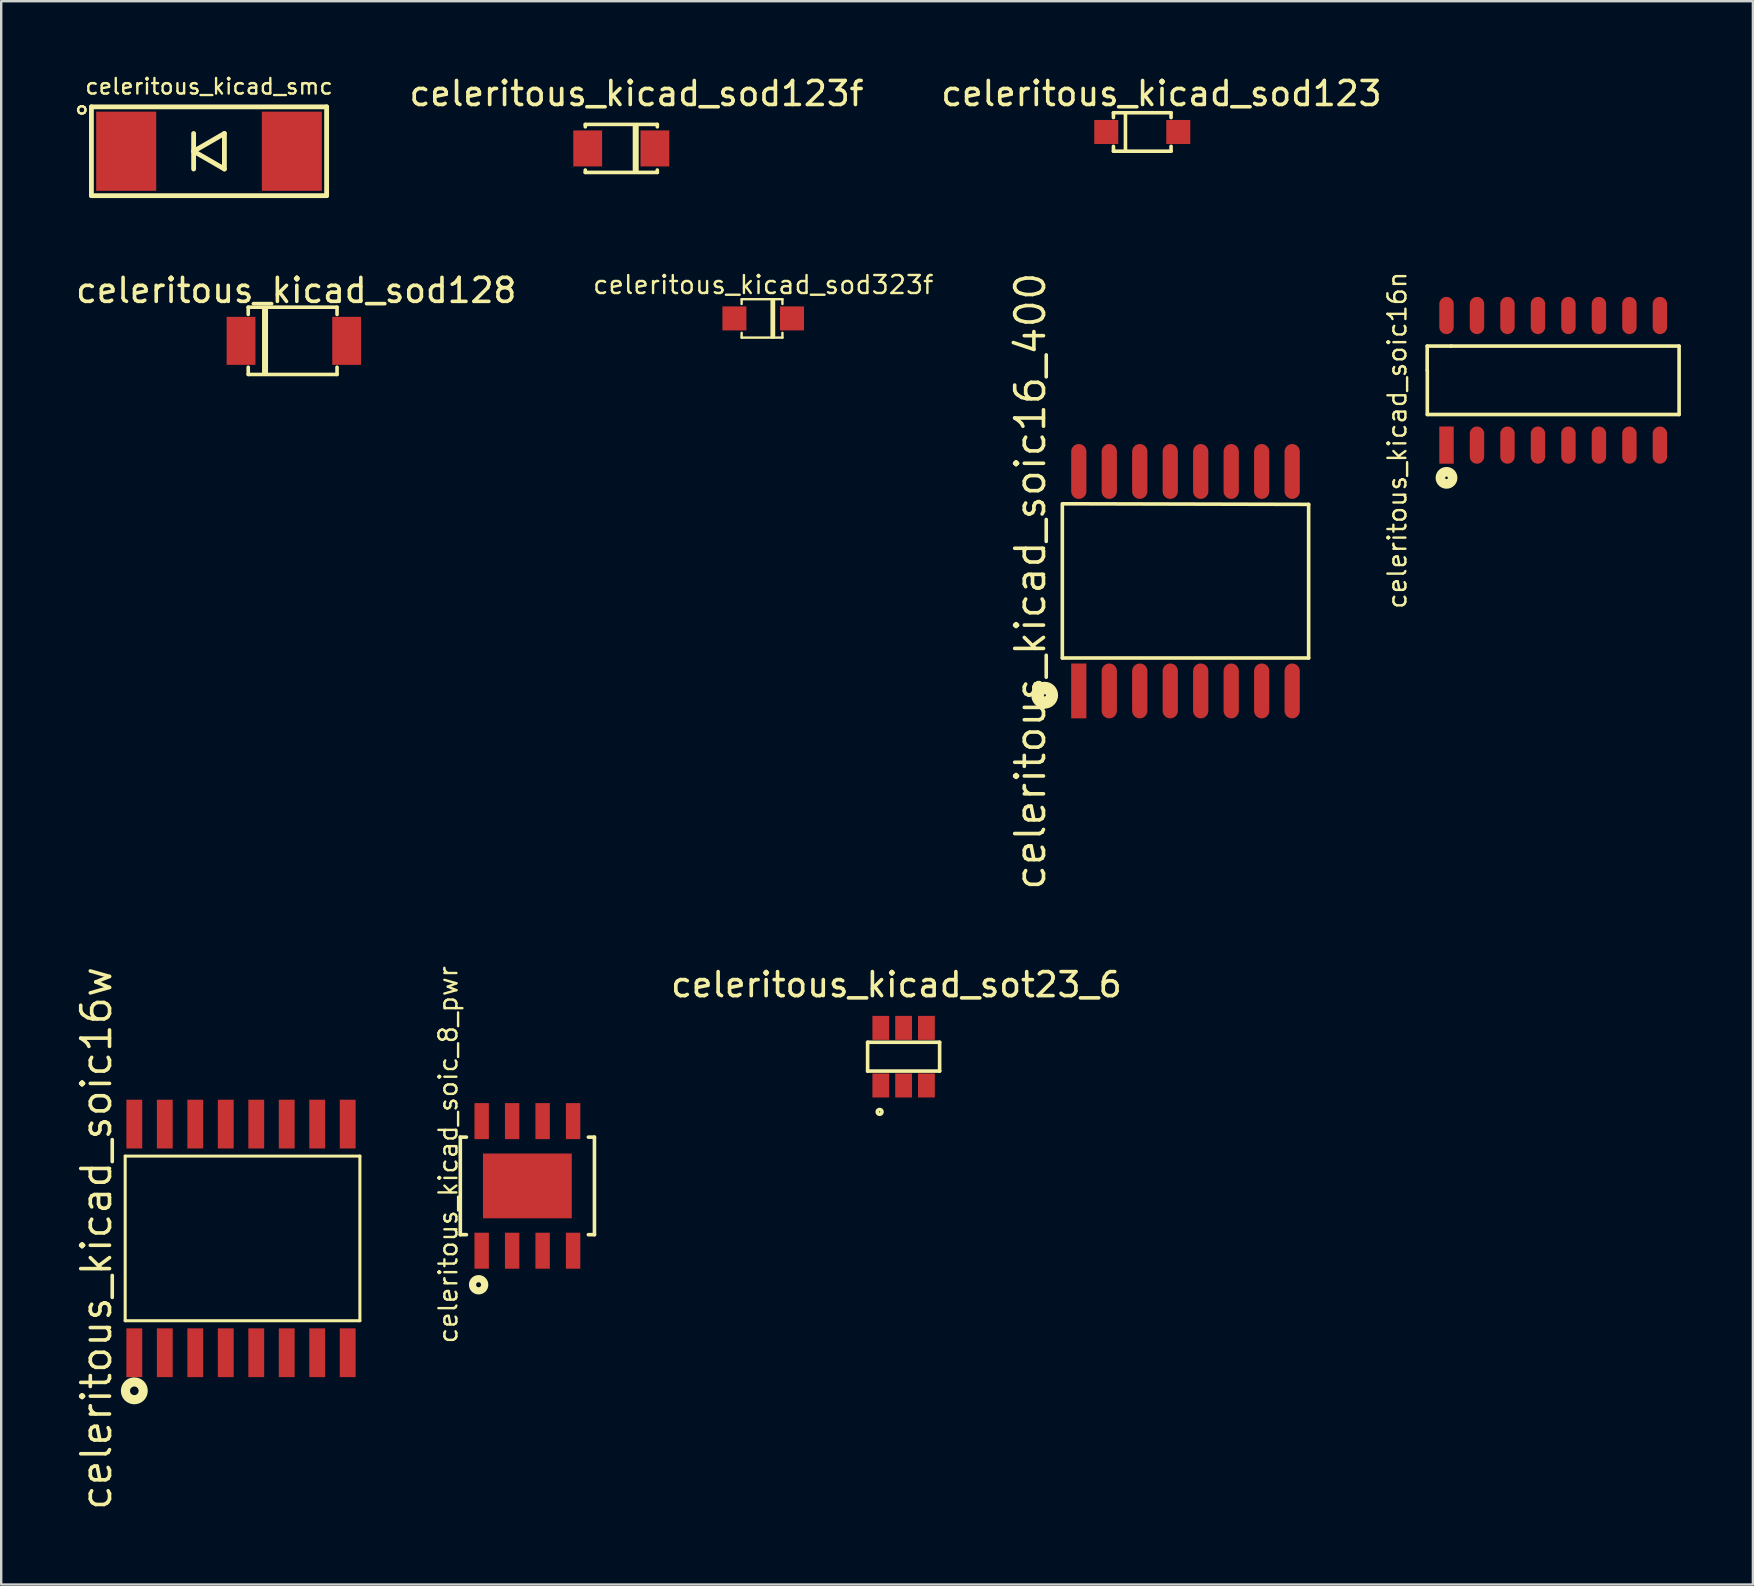
<source format=kicad_pcb>
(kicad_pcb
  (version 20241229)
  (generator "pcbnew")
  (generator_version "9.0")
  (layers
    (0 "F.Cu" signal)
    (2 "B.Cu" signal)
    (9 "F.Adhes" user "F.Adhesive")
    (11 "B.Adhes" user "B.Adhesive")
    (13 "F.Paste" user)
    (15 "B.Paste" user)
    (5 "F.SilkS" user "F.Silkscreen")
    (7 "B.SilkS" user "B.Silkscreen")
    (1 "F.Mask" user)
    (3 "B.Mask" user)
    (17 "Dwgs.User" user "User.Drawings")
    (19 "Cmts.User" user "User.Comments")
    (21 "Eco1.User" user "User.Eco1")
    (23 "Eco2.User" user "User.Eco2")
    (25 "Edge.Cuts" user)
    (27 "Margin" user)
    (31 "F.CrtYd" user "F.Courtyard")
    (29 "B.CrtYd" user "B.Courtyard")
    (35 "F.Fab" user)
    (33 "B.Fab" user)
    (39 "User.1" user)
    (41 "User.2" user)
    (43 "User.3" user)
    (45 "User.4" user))
  (footprint "celeritous_kicad_sot23_6"
    (layer "F.Cu")
    (at 34.597 39.774)
    (property "Reference" "celeritous_kicad_sot23_6" (at -0.3 -1.8 0) (layer "F.SilkS") (effects (font (size 1 1) (thickness 0.15))))
    (attr through_hole)
    (fp_line (start -1.5 0.6) (end 1.5 0.6) (stroke (width 0.15) (type solid)) (layer "F.SilkS"))
    (fp_line (start -1.5 1.8) (end -1.5 0.6) (stroke (width 0.15) (type solid)) (layer "F.SilkS"))
    (fp_line (start 1.5 0.6) (end 1.5 1.8) (stroke (width 0.15) (type solid)) (layer "F.SilkS"))
    (fp_line (start 1.5 1.8) (end -1.5 1.8) (stroke (width 0.15) (type solid)) (layer "F.SilkS"))
    (fp_circle (center -1 3.5) (end -0.9 3.5) (stroke (width 0.15) (type solid)) (fill no) (layer "F.SilkS"))
    (pad "1" smd rect (at -0.95 2.4) (size 0.7 1) (layers "F.Cu" "F.Mask" "F.Paste"))
    (pad "2" smd rect (at 0 2.4) (size 0.7 1) (layers "F.Cu" "F.Mask" "F.Paste"))
    (pad "3" smd rect (at 0.95 2.4) (size 0.7 1) (layers "F.Cu" "F.Mask" "F.Paste"))
    (pad "4" smd rect (at 0.95 0) (size 0.7 1) (layers "F.Cu" "F.Mask" "F.Paste"))
    (pad "5" smd rect (at 0 0) (size 0.7 1) (layers "F.Cu" "F.Mask" "F.Paste"))
    (pad "6" smd rect (at -0.95 0) (size 0.7 1) (layers "F.Cu" "F.Mask" "F.Paste")))
  (footprint "celeritous_kicad_sod128"
    (layer "F.Cu")
    (at 9.192 11.15)
    (property "Reference" "celeritous_kicad_sod128" (at 0.1 -2.1 0) (layer "F.SilkS") (effects (font (size 1 1) (thickness 0.15))))
    (attr through_hole)
    (fp_line (start -1.9 -1.4) (end 1.8 -1.4) (stroke (width 0.15) (type solid)) (layer "F.SilkS"))
    (fp_line (start -1.9 -1.1) (end -1.9 -1.4) (stroke (width 0.15) (type solid)) (layer "F.SilkS"))
    (fp_line (start -1.9 1.1) (end -1.9 1.4) (stroke (width 0.15) (type solid)) (layer "F.SilkS"))
    (fp_line (start -1.9 1.4) (end 1.8 1.4) (stroke (width 0.15) (type solid)) (layer "F.SilkS"))
    (fp_line (start -1.2 -1.3) (end -1.2 1.3) (stroke (width 0.25) (type solid)) (layer "F.SilkS"))
    (fp_line (start 1.8 -1.4) (end 1.8 -1.1) (stroke (width 0.15) (type solid)) (layer "F.SilkS"))
    (fp_line (start 1.8 1.4) (end 1.8 1.1) (stroke (width 0.15) (type solid)) (layer "F.SilkS"))
    (pad "A" smd rect (at 2.2 0) (size 1.2 2) (layers "F.Cu" "F.Mask" "F.Paste"))
    (pad "K" smd rect (at -2.2 0) (size 1.2 2) (layers "F.Cu" "F.Mask" "F.Paste")))
  (footprint "celeritous_kicad_soic16n"
    (layer "F.Cu")
    (at 61.66 12.794)
    (property "Reference" "celeritous_kicad_soic16n" (at -6.5 2.5 270) (layer "F.SilkS") (effects (font (size 0.75 0.75) (thickness 0.1))))
    (attr through_hole)
    (fp_line (start -5.25 -1.425) (end -5.25 -0.425) (stroke (width 0.15) (type solid)) (layer "F.SilkS"))
    (fp_line (start -5.245 -0.425) (end -5.245 1.425) (stroke (width 0.15) (type solid)) (layer "F.SilkS"))
    (fp_line (start -5.245 1.425) (end 5.245 1.425) (stroke (width 0.15) (type solid)) (layer "F.SilkS"))
    (fp_line (start -4.25 -1.425) (end -5.25 -1.425) (stroke (width 0.15) (type solid)) (layer "F.SilkS"))
    (fp_line (start 5.245 -1.425) (end -4.245 -1.425) (stroke (width 0.15) (type solid)) (layer "F.SilkS"))
    (fp_line (start 5.245 1.425) (end 5.245 -1.425) (stroke (width 0.15) (type solid)) (layer "F.SilkS"))
    (fp_circle (center -4.445 4.064) (end -4.191 4.064) (stroke (width 0.4) (type solid)) (fill no) (layer "F.SilkS"))
    (pad "1" smd rect (at -4.445 2.7) (size 0.6 1.55) (layers "F.Cu" "F.Mask" "F.Paste"))
    (pad "2" smd oval (at -3.175 2.7) (size 0.6 1.55) (layers "F.Cu" "F.Mask" "F.Paste"))
    (pad "3" smd oval (at -1.905 2.7) (size 0.6 1.55) (layers "F.Cu" "F.Mask" "F.Paste"))
    (pad "4" smd oval (at -0.635 2.7) (size 0.6 1.55) (layers "F.Cu" "F.Mask" "F.Paste"))
    (pad "5" smd oval (at 0.635 2.7) (size 0.6 1.55) (layers "F.Cu" "F.Mask" "F.Paste"))
    (pad "6" smd oval (at 1.905 2.7) (size 0.6 1.55) (layers "F.Cu" "F.Mask" "F.Paste"))
    (pad "7" smd oval (at 3.175 2.7) (size 0.6 1.55) (layers "F.Cu" "F.Mask" "F.Paste"))
    (pad "8" smd oval (at 4.445 2.7) (size 0.6 1.55) (layers "F.Cu" "F.Mask" "F.Paste"))
    (pad "9" smd oval (at 4.445 -2.7) (size 0.6 1.55) (layers "F.Cu" "F.Mask" "F.Paste"))
    (pad "10" smd oval (at 3.175 -2.7) (size 0.6 1.55) (layers "F.Cu" "F.Mask" "F.Paste"))
    (pad "11" smd oval (at 1.905 -2.7) (size 0.6 1.55) (layers "F.Cu" "F.Mask" "F.Paste"))
    (pad "12" smd oval (at 0.635 -2.7) (size 0.6 1.55) (layers "F.Cu" "F.Mask" "F.Paste"))
    (pad "13" smd oval (at -0.635 -2.7) (size 0.6 1.55) (layers "F.Cu" "F.Mask" "F.Paste"))
    (pad "14" smd oval (at -1.905 -2.7) (size 0.6 1.55) (layers "F.Cu" "F.Mask" "F.Paste"))
    (pad "15" smd oval (at -3.175 -2.7) (size 0.6 1.55) (layers "F.Cu" "F.Mask" "F.Paste"))
    (pad "16" smd oval (at -4.445 -2.7) (size 0.6 1.55) (layers "F.Cu" "F.Mask" "F.Paste")))
  (footprint "celeritous_kicad_sod123f"
    (layer "F.Cu")
    (at 22.835 3.134)
    (property "Reference" "celeritous_kicad_sod123f" (at 0.635 -2.286 0) (layer "F.SilkS") (effects (font (size 1 1) (thickness 0.15))))
    (attr through_hole)
    (fp_line (start -1.5 -1) (end 1.5 -1) (stroke (width 0.15) (type solid)) (layer "F.SilkS"))
    (fp_line (start -1.5 -0.9) (end -1.5 -1) (stroke (width 0.15) (type solid)) (layer "F.SilkS"))
    (fp_line (start -1.5 0.9) (end -1.5 1) (stroke (width 0.15) (type solid)) (layer "F.SilkS"))
    (fp_line (start -1.5 1) (end 1.5 1) (stroke (width 0.15) (type solid)) (layer "F.SilkS"))
    (fp_line (start 0.6 -0.9) (end 0.6 0.9) (stroke (width 0.25) (type solid)) (layer "F.SilkS"))
    (fp_line (start 1.5 -1) (end 1.5 -0.9) (stroke (width 0.15) (type solid)) (layer "F.SilkS"))
    (fp_line (start 1.5 1) (end 1.5 0.9) (stroke (width 0.15) (type solid)) (layer "F.SilkS"))
    (pad "A" smd rect (at -1.4 0) (size 1.2 1.5) (layers "F.Cu" "F.Mask" "F.Paste"))
    (pad "K" smd rect (at 1.4 0) (size 1.2 1.5) (layers "F.Cu" "F.Mask" "F.Paste")))
  (footprint "celeritous_kicad_soic16w"
    (layer "F.Cu")
    (at 6.991 48.545)
    (property "Reference" "celeritous_kicad_soic16w" (at -6.026 0 90) (layer "F.SilkS") (effects (font (size 1.2 1.2) (thickness 0.15))))
    (attr through_hole)
    (fp_line (start -4.826 -3.429) (end 4.953 -3.429) (stroke (width 0.127) (type solid)) (layer "F.SilkS"))
    (fp_line (start -4.826 3.429) (end -4.826 -3.429) (stroke (width 0.127) (type solid)) (layer "F.SilkS"))
    (fp_line (start 4.953 -3.429) (end 4.953 3.429) (stroke (width 0.127) (type solid)) (layer "F.SilkS"))
    (fp_line (start 4.953 3.429) (end -4.826 3.429) (stroke (width 0.127) (type solid)) (layer "F.SilkS"))
    (fp_circle (center -4.445 6.35) (end -4.318 6.477) (stroke (width 0.381) (type solid)) (fill no) (layer "F.SilkS"))
    (pad "1" smd rect (at -4.445 4.763) (size 0.66 2.032) (layers "F.Cu" "F.Mask" "F.Paste"))
    (pad "2" smd rect (at -3.175 4.763) (size 0.66 2.032) (layers "F.Cu" "F.Mask" "F.Paste"))
    (pad "3" smd rect (at -1.905 4.763) (size 0.66 2.032) (layers "F.Cu" "F.Mask" "F.Paste"))
    (pad "4" smd rect (at -0.635 4.763) (size 0.66 2.032) (layers "F.Cu" "F.Mask" "F.Paste"))
    (pad "5" smd rect (at 0.635 4.763) (size 0.66 2.032) (layers "F.Cu" "F.Mask" "F.Paste"))
    (pad "6" smd rect (at 1.905 4.763) (size 0.66 2.032) (layers "F.Cu" "F.Mask" "F.Paste"))
    (pad "7" smd rect (at 3.175 4.763) (size 0.66 2.032) (layers "F.Cu" "F.Mask" "F.Paste"))
    (pad "8" smd rect (at 4.445 4.763) (size 0.66 2.032) (layers "F.Cu" "F.Mask" "F.Paste"))
    (pad "9" smd rect (at 4.445 -4.763) (size 0.66 2.032) (layers "F.Cu" "F.Mask" "F.Paste"))
    (pad "10" smd rect (at 3.175 -4.763) (size 0.66 2.032) (layers "F.Cu" "F.Mask" "F.Paste"))
    (pad "11" smd rect (at 1.905 -4.763) (size 0.66 2.032) (layers "F.Cu" "F.Mask" "F.Paste"))
    (pad "12" smd rect (at 0.635 -4.763) (size 0.66 2.032) (layers "F.Cu" "F.Mask" "F.Paste"))
    (pad "13" smd rect (at -0.635 -4.763) (size 0.66 2.032) (layers "F.Cu" "F.Mask" "F.Paste"))
    (pad "14" smd rect (at -1.905 -4.763) (size 0.66 2.032) (layers "F.Cu" "F.Mask" "F.Paste"))
    (pad "15" smd rect (at -3.175 -4.763) (size 0.66 2.032) (layers "F.Cu" "F.Mask" "F.Paste"))
    (pad "16" smd rect (at -4.445 -4.763) (size 0.66 2.032) (layers "F.Cu" "F.Mask" "F.Paste")))
  (footprint "celeritous_kicad_soic16_400"
    (layer "F.Cu")
    (at 46.34 21.164)
    (property "Reference" "celeritous_kicad_soic16_400" (at -6.463 0 90) (layer "F.SilkS") (effects (font (size 1.2 1.2) (thickness 0.15))))
    (attr through_hole)
    (fp_line (start -5.131 3.2) (end -5.131 -3.226) (stroke (width 0.15) (type solid)) (layer "F.SilkS"))
    (fp_line (start -5.105 -3.226) (end 5.131 -3.2) (stroke (width 0.15) (type solid)) (layer "F.SilkS"))
    (fp_line (start 5.131 -3.2) (end 5.131 3.2) (stroke (width 0.15) (type solid)) (layer "F.SilkS"))
    (fp_line (start 5.131 3.2) (end -5.131 3.2) (stroke (width 0.15) (type solid)) (layer "F.SilkS"))
    (fp_circle (center -5.867 4.75) (end -5.563 4.775) (stroke (width 0.508) (type solid)) (fill no) (layer "F.SilkS"))
    (pad "1" smd rect (at -4.445 4.572) (size 0.635 2.286) (layers "F.Cu" "F.Mask" "F.Paste"))
    (pad "2" smd oval (at -3.175 4.572) (size 0.635 2.286) (layers "F.Cu" "F.Mask" "F.Paste"))
    (pad "3" smd oval (at -1.905 4.572) (size 0.635 2.286) (layers "F.Cu" "F.Mask" "F.Paste"))
    (pad "4" smd oval (at -0.635 4.572) (size 0.635 2.286) (layers "F.Cu" "F.Mask" "F.Paste"))
    (pad "5" smd oval (at 0.635 4.572) (size 0.635 2.286) (layers "F.Cu" "F.Mask" "F.Paste"))
    (pad "6" smd oval (at 1.905 4.572) (size 0.635 2.286) (layers "F.Cu" "F.Mask" "F.Paste"))
    (pad "7" smd oval (at 3.175 4.572) (size 0.635 2.286) (layers "F.Cu" "F.Mask" "F.Paste"))
    (pad "8" smd oval (at 4.445 4.572) (size 0.635 2.286) (layers "F.Cu" "F.Mask" "F.Paste"))
    (pad "9" smd oval (at 4.445 -4.572) (size 0.635 2.286) (layers "F.Cu" "F.Mask" "F.Paste"))
    (pad "10" smd oval (at 3.175 -4.572) (size 0.635 2.286) (layers "F.Cu" "F.Mask" "F.Paste"))
    (pad "11" smd oval (at 1.905 -4.572) (size 0.635 2.286) (layers "F.Cu" "F.Mask" "F.Paste"))
    (pad "12" smd oval (at 0.635 -4.572) (size 0.635 2.286) (layers "F.Cu" "F.Mask" "F.Paste"))
    (pad "13" smd oval (at -0.635 -4.572) (size 0.635 2.286) (layers "F.Cu" "F.Mask" "F.Paste"))
    (pad "14" smd oval (at -1.905 -4.572) (size 0.635 2.286) (layers "F.Cu" "F.Mask" "F.Paste"))
    (pad "15" smd oval (at -3.175 -4.572) (size 0.635 2.286) (layers "F.Cu" "F.Mask" "F.Paste"))
    (pad "16" smd oval (at -4.445 -4.572) (size 0.635 2.286) (layers "F.Cu" "F.Mask" "F.Paste")))
  (footprint "celeritous_kicad_sod323f"
    (layer "F.Cu")
    (at 28.748 10.216)
    (property "Reference" "celeritous_kicad_sod323f" (at 0 -1.4 0) (layer "F.SilkS") (effects (font (size 0.75 0.75) (thickness 0.1))))
    (attr through_hole)
    (fp_line (start -0.9 -0.8) (end 0.8 -0.8) (stroke (width 0.1) (type solid)) (layer "F.SilkS"))
    (fp_line (start -0.9 -0.6) (end -0.9 -0.8) (stroke (width 0.1) (type solid)) (layer "F.SilkS"))
    (fp_line (start -0.9 0.6) (end -0.9 0.8) (stroke (width 0.1) (type solid)) (layer "F.SilkS"))
    (fp_line (start -0.9 0.8) (end 0.8 0.8) (stroke (width 0.1) (type solid)) (layer "F.SilkS"))
    (fp_line (start 0.4 -0.75) (end 0.4 0.75) (stroke (width 0.2) (type solid)) (layer "F.SilkS"))
    (fp_line (start 0.8 -0.8) (end 0.8 -0.6) (stroke (width 0.1) (type solid)) (layer "F.SilkS"))
    (fp_line (start 0.8 0.8) (end 0.8 0.6) (stroke (width 0.1) (type solid)) (layer "F.SilkS"))
    (pad "A" smd rect (at -1.2 0) (size 1 1) (layers "F.Cu" "F.Mask" "F.Paste"))
    (pad "K" smd rect (at 1.2 0) (size 1 1) (layers "F.Cu" "F.Mask" "F.Paste")))
  (footprint "celeritous_kicad_sod123"
    (layer "F.Cu")
    (at 44.539 2.448)
    (property "Reference" "celeritous_kicad_sod123" (at 0.8 -1.6 0) (layer "F.SilkS") (effects (font (size 1 1) (thickness 0.15))))
    (attr through_hole)
    (fp_line (start -1.2 -0.8) (end 1.2 -0.8) (stroke (width 0.15) (type solid)) (layer "F.SilkS"))
    (fp_line (start -1.2 -0.6) (end -1.2 -0.8) (stroke (width 0.15) (type solid)) (layer "F.SilkS"))
    (fp_line (start -1.2 0.6) (end -1.2 0.8) (stroke (width 0.15) (type solid)) (layer "F.SilkS"))
    (fp_line (start -1.2 0.8) (end 1.2 0.8) (stroke (width 0.15) (type solid)) (layer "F.SilkS"))
    (fp_line (start -0.7 -0.8) (end -0.7 0.8) (stroke (width 0.15) (type solid)) (layer "F.SilkS"))
    (fp_line (start 1.2 -0.8) (end 1.2 -0.6) (stroke (width 0.15) (type solid)) (layer "F.SilkS"))
    (fp_line (start 1.2 0.8) (end 1.2 0.6) (stroke (width 0.15) (type solid)) (layer "F.SilkS"))
    (pad "A" smd rect (at 1.5 0) (size 1 1) (layers "F.Cu" "F.Mask" "F.Paste"))
    (pad "K" smd rect (at -1.5 0) (size 1 1) (layers "F.Cu" "F.Mask" "F.Paste")))
  (footprint "celeritous_kicad_soic_8_pwr"
    (layer "F.Cu")
    (at 18.922 46.358)
    (property "Reference" "celeritous_kicad_soic_8_pwr" (at -3.3 -1.3 90) (layer "F.SilkS") (effects (font (size 0.75 0.75) (thickness 0.1))))
    (attr through_hole)
    (fp_line (start -2.794 -2.032) (end -2.794 2.032) (stroke (width 0.15) (type solid)) (layer "F.SilkS"))
    (fp_line (start -2.794 2.032) (end -2.54 2.032) (stroke (width 0.15) (type solid)) (layer "F.SilkS"))
    (fp_line (start -2.54 -2.032) (end -2.794 -2.032) (stroke (width 0.15) (type solid)) (layer "F.SilkS"))
    (fp_line (start 2.54 -2.032) (end 2.794 -2.032) (stroke (width 0.15) (type solid)) (layer "F.SilkS"))
    (fp_line (start 2.794 -2.032) (end 2.794 2.032) (stroke (width 0.15) (type solid)) (layer "F.SilkS"))
    (fp_line (start 2.794 2.032) (end 2.54 2.032) (stroke (width 0.15) (type solid)) (layer "F.SilkS"))
    (fp_circle (center -2.032 4.118) (end -1.778 4.118) (stroke (width 0.3) (type solid)) (fill no) (layer "F.SilkS"))
    (pad "1" smd rect (at -1.905 2.7) (size 0.6 1.5) (layers "F.Cu" "F.Mask" "F.Paste"))
    (pad "2" smd rect (at -0.635 2.7) (size 0.6 1.5) (layers "F.Cu" "F.Mask" "F.Paste"))
    (pad "3" smd rect (at 0.635 2.7) (size 0.6 1.5) (layers "F.Cu" "F.Mask" "F.Paste"))
    (pad "4" smd rect (at 1.905 2.7) (size 0.6 1.5) (layers "F.Cu" "F.Mask" "F.Paste"))
    (pad "5" smd rect (at 1.905 -2.7) (size 0.6 1.5) (layers "F.Cu" "F.Mask" "F.Paste"))
    (pad "6" smd rect (at 0.635 -2.7) (size 0.6 1.5) (layers "F.Cu" "F.Mask" "F.Paste"))
    (pad "7" smd rect (at -0.635 -2.7) (size 0.6 1.5) (layers "F.Cu" "F.Mask" "F.Paste"))
    (pad "8" smd rect (at -1.905 -2.7) (size 0.6 1.5) (layers "F.Cu" "F.Mask" "F.Paste"))
    (pad "9" smd rect (at 0 0) (size 3.7 2.7) (layers "F.Cu" "F.Mask" "F.Paste")))
  (footprint "celeritous_kicad_smc"
    (layer "F.Cu")
    (at 5.658 3.251)
    (property "Reference" "celeritous_kicad_smc" (at 0 -2.7 0) (layer "F.SilkS") (effects (font (size 0.65 0.65) (thickness 0.098))))
    (attr smd)
    (fp_line (start -4.9 -1.85) (end 4.9 -1.85) (stroke (width 0.2) (type solid)) (layer "F.SilkS"))
    (fp_line (start -4.9 1.85) (end -4.9 -1.85) (stroke (width 0.2) (type solid)) (layer "F.SilkS"))
    (fp_line (start -0.641 -0.74) (end -0.641 0.74) (stroke (width 0.2) (type solid)) (layer "F.SilkS"))
    (fp_line (start -0.641 0) (end 0.641 -0.74) (stroke (width 0.2) (type solid)) (layer "F.SilkS"))
    (fp_line (start 0.641 -0.74) (end 0.641 0.74) (stroke (width 0.2) (type solid)) (layer "F.SilkS"))
    (fp_line (start 0.641 0.74) (end -0.641 0) (stroke (width 0.2) (type solid)) (layer "F.SilkS"))
    (fp_line (start 4.9 -1.85) (end 4.9 1.85) (stroke (width 0.2) (type solid)) (layer "F.SilkS"))
    (fp_line (start 4.9 1.85) (end -4.9 1.85) (stroke (width 0.2) (type solid)) (layer "F.SilkS"))
    (fp_text user "○" (at -5.3 -1.75 0) (layer "F.SilkS") (effects (font (size 0.4 0.4) (thickness 0.1))))
    (pad "A" smd rect (at 3.45 0) (size 2.5 3.3) (layers "F.Cu" "F.Mask" "F.Paste"))
    (pad "K" smd rect (at -3.45 0) (size 2.5 3.3) (layers "F.Cu" "F.Mask" "F.Paste")))
  (gr_rect
    (start -3 -3)
    (end 69.98 62.964)
    (stroke (width 0.1) (type default))
    (fill no)
    (layer "Edge.Cuts")))
</source>
